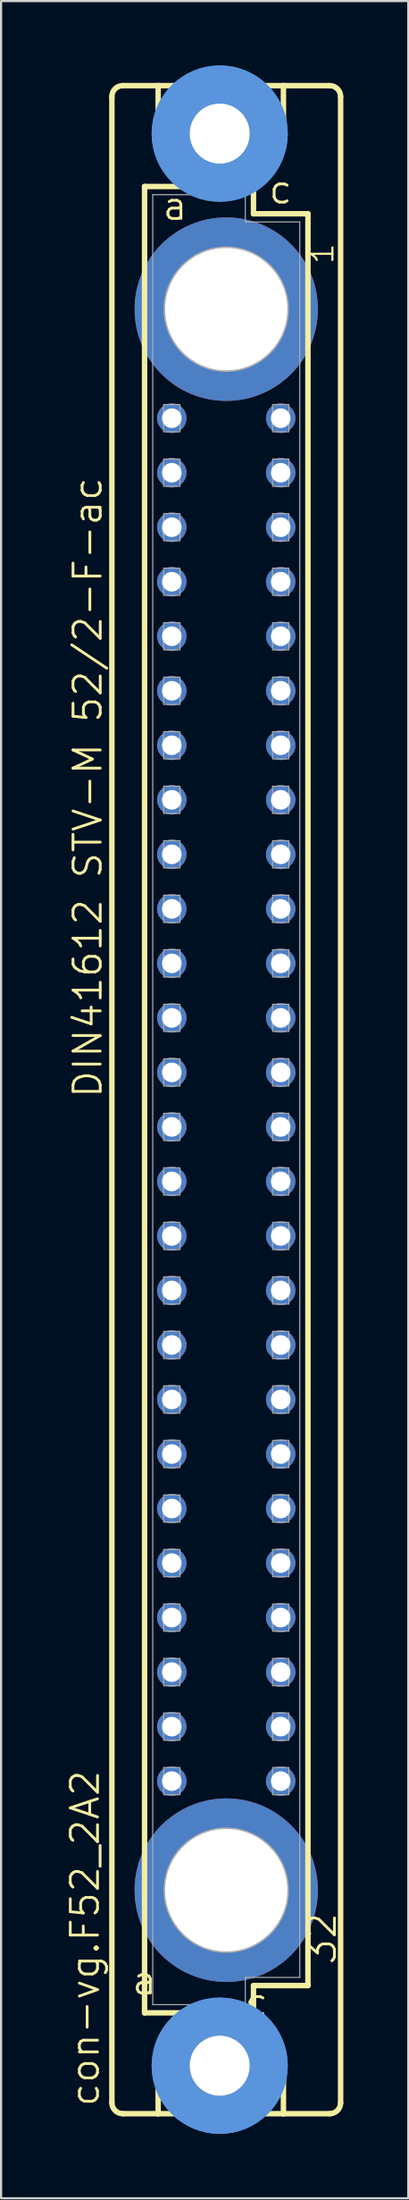
<source format=kicad_pcb>
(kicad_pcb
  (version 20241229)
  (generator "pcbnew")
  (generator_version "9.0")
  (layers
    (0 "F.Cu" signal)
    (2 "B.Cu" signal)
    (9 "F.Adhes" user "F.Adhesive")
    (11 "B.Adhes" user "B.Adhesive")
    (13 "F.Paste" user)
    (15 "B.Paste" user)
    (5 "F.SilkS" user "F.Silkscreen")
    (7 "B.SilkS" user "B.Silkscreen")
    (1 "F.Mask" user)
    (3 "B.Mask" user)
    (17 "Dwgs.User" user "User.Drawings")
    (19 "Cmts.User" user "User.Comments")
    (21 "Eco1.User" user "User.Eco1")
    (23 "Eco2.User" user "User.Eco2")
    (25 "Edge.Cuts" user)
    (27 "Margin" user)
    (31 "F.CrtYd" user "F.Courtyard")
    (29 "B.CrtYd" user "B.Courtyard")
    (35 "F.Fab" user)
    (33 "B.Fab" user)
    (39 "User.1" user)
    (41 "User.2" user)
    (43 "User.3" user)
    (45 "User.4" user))
  (footprint "con-vg.F52_2A2"
    (layer "F.Cu")
    (at 7.502 48.184)
    (property "Reference" "con-vg.F52_2A2" (at -5.842 46.99 90) (layer "F.SilkS") (effects (font (size 1.27 1.27) (thickness 0.13)) (justify left bottom)))
    (attr through_hole)
    (fp_line (start -5.334 46.736) (end -5.334 -46.736) (stroke (width 0.254) (type default)) (layer "F.SilkS"))
    (fp_line (start -4.826 -47.244) (end -3.175 -47.244) (stroke (width 0.254) (type default)) (layer "F.SilkS"))
    (fp_line (start -4.826 47.244) (end -3.175 47.244) (stroke (width 0.254) (type default)) (layer "F.SilkS"))
    (fp_line (start -3.81 -42.545) (end -3.81 42.545) (stroke (width 0.254) (type default)) (layer "F.SilkS"))
    (fp_line (start -3.81 42.545) (end -1.651 42.545) (stroke (width 0.254) (type default)) (layer "F.SilkS"))
    (fp_line (start -3.175 -47.244) (end -3.175 -44.45) (stroke (width 0.254) (type default)) (layer "F.SilkS"))
    (fp_line (start -3.175 47.244) (end -3.175 44.45) (stroke (width 0.254) (type default)) (layer "F.SilkS"))
    (fp_line (start -3.175 47.244) (end 2.667 47.244) (stroke (width 0.254) (type default)) (layer "F.SilkS"))
    (fp_line (start -1.651 -42.545) (end -3.81 -42.545) (stroke (width 0.254) (type default)) (layer "F.SilkS"))
    (fp_line (start -1.651 -42.545) (end -3.175 -44.45) (stroke (width 0.254) (type default)) (layer "F.SilkS"))
    (fp_line (start -1.651 42.545) (end -3.175 44.45) (stroke (width 0.254) (type default)) (layer "F.SilkS"))
    (fp_line (start -1.651 42.545) (end 1.143 42.545) (stroke (width 0.254) (type default)) (layer "F.SilkS"))
    (fp_line (start 1.143 -42.545) (end -1.651 -42.545) (stroke (width 0.254) (type default)) (layer "F.SilkS"))
    (fp_line (start 1.143 -42.545) (end 2.667 -44.45) (stroke (width 0.254) (type default)) (layer "F.SilkS"))
    (fp_line (start 1.143 42.545) (end 1.27 42.545) (stroke (width 0.254) (type default)) (layer "F.SilkS"))
    (fp_line (start 1.143 42.545) (end 2.667 44.45) (stroke (width 0.254) (type default)) (layer "F.SilkS"))
    (fp_line (start 1.27 -42.545) (end 1.143 -42.545) (stroke (width 0.254) (type default)) (layer "F.SilkS"))
    (fp_line (start 1.27 -41.275) (end 1.27 -42.545) (stroke (width 0.254) (type default)) (layer "F.SilkS"))
    (fp_line (start 1.27 41.275) (end 3.81 41.275) (stroke (width 0.254) (type default)) (layer "F.SilkS"))
    (fp_line (start 1.27 42.545) (end 1.27 41.275) (stroke (width 0.254) (type default)) (layer "F.SilkS"))
    (fp_line (start 2.667 -47.244) (end -3.175 -47.244) (stroke (width 0.254) (type default)) (layer "F.SilkS"))
    (fp_line (start 2.667 -47.244) (end 2.667 -44.45) (stroke (width 0.254) (type default)) (layer "F.SilkS"))
    (fp_line (start 2.667 47.244) (end 2.667 44.45) (stroke (width 0.254) (type default)) (layer "F.SilkS"))
    (fp_line (start 2.667 47.244) (end 4.826 47.244) (stroke (width 0.254) (type default)) (layer "F.SilkS"))
    (fp_line (start 3.81 -41.275) (end 1.27 -41.275) (stroke (width 0.254) (type default)) (layer "F.SilkS"))
    (fp_line (start 3.81 41.275) (end 3.81 -41.275) (stroke (width 0.254) (type default)) (layer "F.SilkS"))
    (fp_line (start 4.826 -47.244) (end 2.667 -47.244) (stroke (width 0.254) (type default)) (layer "F.SilkS"))
    (fp_line (start 5.334 46.736) (end 5.334 -46.736) (stroke (width 0.254) (type default)) (layer "F.SilkS"))
    (fp_arc (start -5.334 -46.736) (mid -5.18521 -47.09521) (end -4.826 -47.244) (stroke (width 0.254) (type default)) (layer "F.SilkS"))
    (fp_arc (start -4.826 47.244) (mid -5.18521 47.09521) (end -5.334 46.736) (stroke (width 0.254) (type default)) (layer "F.SilkS"))
    (fp_arc (start 4.826 -47.244) (mid 5.18521 -47.09521) (end 5.334 -46.736) (stroke (width 0.254) (type default)) (layer "F.SilkS"))
    (fp_arc (start 5.334 46.736) (mid 5.18521 47.09521) (end 4.826 47.244) (stroke (width 0.254) (type default)) (layer "F.SilkS"))
    (fp_circle (center -0.305 -45.009) (end 0.965 -45.009) (stroke (width 0.254) (type default)) (fill no) (layer "F.SilkS"))
    (fp_circle (center -0.305 45.009) (end 0.965 45.009) (stroke (width 0.254) (type default)) (fill no) (layer "F.SilkS"))
    (fp_circle (center -0.305 -45.009) (end 1.981 -45.009) (stroke (width 1.778) (type default)) (fill no) (layer "Cmts.User"))
    (fp_circle (center -0.305 -45.009) (end 1.981 -45.009) (stroke (width 1.778) (type default)) (fill no) (layer "Cmts.User"))
    (fp_circle (center -0.305 45.009) (end 1.981 45.009) (stroke (width 1.778) (type default)) (fill no) (layer "Cmts.User"))
    (fp_circle (center -0.305 45.009) (end 1.981 45.009) (stroke (width 1.778) (type default)) (fill no) (layer "Cmts.User"))
    (fp_line (start -3.429 -42.164) (end -3.429 42.164) (stroke (width 0.051) (type default)) (layer "F.Fab"))
    (fp_line (start -3.429 -42.164) (end 0.889 -42.164) (stroke (width 0.051) (type default)) (layer "F.Fab"))
    (fp_line (start -3.429 42.164) (end 0.889 42.164) (stroke (width 0.051) (type default)) (layer "F.Fab"))
    (fp_line (start 0.889 -42.164) (end 0.889 -40.894) (stroke (width 0.051) (type default)) (layer "F.Fab"))
    (fp_line (start 0.889 -40.894) (end 3.429 -40.894) (stroke (width 0.051) (type default)) (layer "F.Fab"))
    (fp_line (start 0.889 40.894) (end 3.429 40.894) (stroke (width 0.051) (type default)) (layer "F.Fab"))
    (fp_line (start 0.889 42.164) (end 0.889 40.894) (stroke (width 0.051) (type default)) (layer "F.Fab"))
    (fp_line (start 3.429 -40.894) (end 3.429 40.894) (stroke (width 0.051) (type default)) (layer "F.Fab"))
    (fp_rect (start -2.921 -31.115) (end -2.159 -32.385) (stroke (width 0.05) (type default)) (fill no) (layer "F.Fab"))
    (fp_rect (start -2.921 -28.575) (end -2.159 -29.845) (stroke (width 0.05) (type default)) (fill no) (layer "F.Fab"))
    (fp_rect (start -2.921 -26.035) (end -2.159 -27.305) (stroke (width 0.05) (type default)) (fill no) (layer "F.Fab"))
    (fp_rect (start -2.921 -23.495) (end -2.159 -24.765) (stroke (width 0.05) (type default)) (fill no) (layer "F.Fab"))
    (fp_rect (start -2.921 -20.955) (end -2.159 -22.225) (stroke (width 0.05) (type default)) (fill no) (layer "F.Fab"))
    (fp_rect (start -2.921 -18.415) (end -2.159 -19.685) (stroke (width 0.05) (type default)) (fill no) (layer "F.Fab"))
    (fp_rect (start -2.921 -15.875) (end -2.159 -17.145) (stroke (width 0.05) (type default)) (fill no) (layer "F.Fab"))
    (fp_rect (start -2.921 -13.335) (end -2.159 -14.605) (stroke (width 0.05) (type default)) (fill no) (layer "F.Fab"))
    (fp_rect (start -2.921 -10.795) (end -2.159 -12.065) (stroke (width 0.05) (type default)) (fill no) (layer "F.Fab"))
    (fp_rect (start -2.921 -8.255) (end -2.159 -9.525) (stroke (width 0.05) (type default)) (fill no) (layer "F.Fab"))
    (fp_rect (start -2.921 -5.715) (end -2.159 -6.985) (stroke (width 0.05) (type default)) (fill no) (layer "F.Fab"))
    (fp_rect (start -2.921 -3.175) (end -2.159 -4.445) (stroke (width 0.05) (type default)) (fill no) (layer "F.Fab"))
    (fp_rect (start -2.921 -0.635) (end -2.159 -1.905) (stroke (width 0.05) (type default)) (fill no) (layer "F.Fab"))
    (fp_rect (start -2.921 1.905) (end -2.159 0.635) (stroke (width 0.05) (type default)) (fill no) (layer "F.Fab"))
    (fp_rect (start -2.921 4.445) (end -2.159 3.175) (stroke (width 0.05) (type default)) (fill no) (layer "F.Fab"))
    (fp_rect (start -2.921 6.985) (end -2.159 5.715) (stroke (width 0.05) (type default)) (fill no) (layer "F.Fab"))
    (fp_rect (start -2.921 9.525) (end -2.159 8.255) (stroke (width 0.05) (type default)) (fill no) (layer "F.Fab"))
    (fp_rect (start -2.921 12.065) (end -2.159 10.795) (stroke (width 0.05) (type default)) (fill no) (layer "F.Fab"))
    (fp_rect (start -2.921 14.605) (end -2.159 13.335) (stroke (width 0.05) (type default)) (fill no) (layer "F.Fab"))
    (fp_rect (start -2.921 17.145) (end -2.159 15.875) (stroke (width 0.05) (type default)) (fill no) (layer "F.Fab"))
    (fp_rect (start -2.921 19.685) (end -2.159 18.415) (stroke (width 0.05) (type default)) (fill no) (layer "F.Fab"))
    (fp_rect (start -2.921 22.225) (end -2.159 20.955) (stroke (width 0.05) (type default)) (fill no) (layer "F.Fab"))
    (fp_rect (start -2.921 24.765) (end -2.159 23.495) (stroke (width 0.05) (type default)) (fill no) (layer "F.Fab"))
    (fp_rect (start -2.921 27.305) (end -2.159 26.035) (stroke (width 0.05) (type default)) (fill no) (layer "F.Fab"))
    (fp_rect (start -2.921 29.845) (end -2.159 28.575) (stroke (width 0.05) (type default)) (fill no) (layer "F.Fab"))
    (fp_rect (start -2.921 32.385) (end -2.159 31.115) (stroke (width 0.05) (type default)) (fill no) (layer "F.Fab"))
    (fp_rect (start 2.159 -31.115) (end 2.921 -32.385) (stroke (width 0.05) (type default)) (fill no) (layer "F.Fab"))
    (fp_rect (start 2.159 -28.575) (end 2.921 -29.845) (stroke (width 0.05) (type default)) (fill no) (layer "F.Fab"))
    (fp_rect (start 2.159 -26.035) (end 2.921 -27.305) (stroke (width 0.05) (type default)) (fill no) (layer "F.Fab"))
    (fp_rect (start 2.159 -23.495) (end 2.921 -24.765) (stroke (width 0.05) (type default)) (fill no) (layer "F.Fab"))
    (fp_rect (start 2.159 -20.955) (end 2.921 -22.225) (stroke (width 0.05) (type default)) (fill no) (layer "F.Fab"))
    (fp_rect (start 2.159 -18.415) (end 2.921 -19.685) (stroke (width 0.05) (type default)) (fill no) (layer "F.Fab"))
    (fp_rect (start 2.159 -15.875) (end 2.921 -17.145) (stroke (width 0.05) (type default)) (fill no) (layer "F.Fab"))
    (fp_rect (start 2.159 -13.335) (end 2.921 -14.605) (stroke (width 0.05) (type default)) (fill no) (layer "F.Fab"))
    (fp_rect (start 2.159 -10.795) (end 2.921 -12.065) (stroke (width 0.05) (type default)) (fill no) (layer "F.Fab"))
    (fp_rect (start 2.159 -8.255) (end 2.921 -9.525) (stroke (width 0.05) (type default)) (fill no) (layer "F.Fab"))
    (fp_rect (start 2.159 -5.715) (end 2.921 -6.985) (stroke (width 0.05) (type default)) (fill no) (layer "F.Fab"))
    (fp_rect (start 2.159 -3.175) (end 2.921 -4.445) (stroke (width 0.05) (type default)) (fill no) (layer "F.Fab"))
    (fp_rect (start 2.159 -0.635) (end 2.921 -1.905) (stroke (width 0.05) (type default)) (fill no) (layer "F.Fab"))
    (fp_rect (start 2.159 1.905) (end 2.921 0.635) (stroke (width 0.05) (type default)) (fill no) (layer "F.Fab"))
    (fp_rect (start 2.159 4.445) (end 2.921 3.175) (stroke (width 0.05) (type default)) (fill no) (layer "F.Fab"))
    (fp_rect (start 2.159 6.985) (end 2.921 5.715) (stroke (width 0.05) (type default)) (fill no) (layer "F.Fab"))
    (fp_rect (start 2.159 9.525) (end 2.921 8.255) (stroke (width 0.05) (type default)) (fill no) (layer "F.Fab"))
    (fp_rect (start 2.159 12.065) (end 2.921 10.795) (stroke (width 0.05) (type default)) (fill no) (layer "F.Fab"))
    (fp_rect (start 2.159 14.605) (end 2.921 13.335) (stroke (width 0.05) (type default)) (fill no) (layer "F.Fab"))
    (fp_rect (start 2.159 17.145) (end 2.921 15.875) (stroke (width 0.05) (type default)) (fill no) (layer "F.Fab"))
    (fp_rect (start 2.159 19.685) (end 2.921 18.415) (stroke (width 0.05) (type default)) (fill no) (layer "F.Fab"))
    (fp_rect (start 2.159 22.225) (end 2.921 20.955) (stroke (width 0.05) (type default)) (fill no) (layer "F.Fab"))
    (fp_rect (start 2.159 24.765) (end 2.921 23.495) (stroke (width 0.05) (type default)) (fill no) (layer "F.Fab"))
    (fp_rect (start 2.159 27.305) (end 2.921 26.035) (stroke (width 0.05) (type default)) (fill no) (layer "F.Fab"))
    (fp_rect (start 2.159 29.845) (end 2.921 28.575) (stroke (width 0.05) (type default)) (fill no) (layer "F.Fab"))
    (fp_rect (start 2.159 32.385) (end 2.921 31.115) (stroke (width 0.05) (type default)) (fill no) (layer "F.Fab"))
    (fp_circle (center 0 -36.83) (end 2.794 -36.83) (stroke (width 0.254) (type default)) (fill no) (layer "F.Fab"))
    (fp_circle (center 0 36.83) (end 2.794 36.83) (stroke (width 0.254) (type default)) (fill no) (layer "F.Fab"))
    (fp_text user "32" (at 5.207 40.386 90) (layer "F.SilkS") (effects (font (size 1.27 1.27) (thickness 0.13)) (justify left bottom)))
    (fp_text user "c" (at 1.905 -41.656 0) (layer "F.SilkS") (effects (font (size 1.27 1.27) (thickness 0.13)) (justify left bottom)))
    (fp_text user "a " (at -4.475 41.783 0) (layer "F.SilkS") (effects (font (size 1.27 1.27) (thickness 0.13)) (justify left bottom)))
    (fp_text user "DIN41612 STV-M 52/2-F-ac" (at -5.715 0 90) (layer "F.SilkS") (effects (font (size 1.27 1.27) (thickness 0.13)) (justify left bottom)))
    (fp_text user "1" (at 5.08 -38.862 90) (layer "F.SilkS") (effects (font (size 1.016 1.016) (thickness 0.1)) (justify left bottom)))
    (fp_text user "c " (at 0.778 42.799 0) (layer "F.SilkS") (effects (font (size 1.27 1.27) (thickness 0.13)) (justify left bottom)))
    (fp_text user "a" (at -3.048 -40.894 0) (layer "F.SilkS") (effects (font (size 1.27 1.27) (thickness 0.13)) (justify left bottom)))
    (pad "" np_thru_hole circle (at -0.305 -45.009) (size 2.794 2.794) (drill 2.794) (layers "*.Cu" "*.Mask"))
    (pad "" np_thru_hole circle (at -0.305 45.009) (size 2.794 2.794) (drill 2.794) (layers "*.Cu" "*.Mask"))
    (pad "1" thru_hole circle (at 0 -36.83) (size 8.55 8.55) (drill 5.7) (layers "*.Cu" "*.Mask"))
    (pad "2" thru_hole circle (at 0 36.83) (size 8.55 8.55) (drill 5.7) (layers "*.Cu" "*.Mask"))
    (pad "A4" thru_hole circle (at -2.54 -31.75) (size 1.372 1.372) (drill 0.914) (layers "*.Cu" "*.Mask"))
    (pad "A5" thru_hole circle (at -2.54 -29.21) (size 1.372 1.372) (drill 0.914) (layers "*.Cu" "*.Mask"))
    (pad "A6" thru_hole circle (at -2.54 -26.67) (size 1.372 1.372) (drill 0.914) (layers "*.Cu" "*.Mask"))
    (pad "A7" thru_hole circle (at -2.54 -24.13) (size 1.372 1.372) (drill 0.914) (layers "*.Cu" "*.Mask"))
    (pad "A8" thru_hole circle (at -2.54 -21.59) (size 1.372 1.372) (drill 0.914) (layers "*.Cu" "*.Mask"))
    (pad "A9" thru_hole circle (at -2.54 -19.05) (size 1.372 1.372) (drill 0.914) (layers "*.Cu" "*.Mask"))
    (pad "A10" thru_hole circle (at -2.54 -16.51) (size 1.372 1.372) (drill 0.914) (layers "*.Cu" "*.Mask"))
    (pad "A11" thru_hole circle (at -2.54 -13.97) (size 1.372 1.372) (drill 0.914) (layers "*.Cu" "*.Mask"))
    (pad "A12" thru_hole circle (at -2.54 -11.43) (size 1.372 1.372) (drill 0.914) (layers "*.Cu" "*.Mask"))
    (pad "A13" thru_hole circle (at -2.54 -8.89) (size 1.372 1.372) (drill 0.914) (layers "*.Cu" "*.Mask"))
    (pad "A14" thru_hole circle (at -2.54 -6.35) (size 1.372 1.372) (drill 0.914) (layers "*.Cu" "*.Mask"))
    (pad "A15" thru_hole circle (at -2.54 -3.81) (size 1.372 1.372) (drill 0.914) (layers "*.Cu" "*.Mask"))
    (pad "A16" thru_hole circle (at -2.54 -1.27) (size 1.372 1.372) (drill 0.914) (layers "*.Cu" "*.Mask"))
    (pad "A17" thru_hole circle (at -2.54 1.27) (size 1.372 1.372) (drill 0.914) (layers "*.Cu" "*.Mask"))
    (pad "A18" thru_hole circle (at -2.54 3.81) (size 1.372 1.372) (drill 0.914) (layers "*.Cu" "*.Mask"))
    (pad "A19" thru_hole circle (at -2.54 6.35) (size 1.372 1.372) (drill 0.914) (layers "*.Cu" "*.Mask"))
    (pad "A20" thru_hole circle (at -2.54 8.89) (size 1.372 1.372) (drill 0.914) (layers "*.Cu" "*.Mask"))
    (pad "A21" thru_hole circle (at -2.54 11.43) (size 1.372 1.372) (drill 0.914) (layers "*.Cu" "*.Mask"))
    (pad "A22" thru_hole circle (at -2.54 13.97) (size 1.372 1.372) (drill 0.914) (layers "*.Cu" "*.Mask"))
    (pad "A23" thru_hole circle (at -2.54 16.51) (size 1.372 1.372) (drill 0.914) (layers "*.Cu" "*.Mask"))
    (pad "A24" thru_hole circle (at -2.54 19.05) (size 1.372 1.372) (drill 0.914) (layers "*.Cu" "*.Mask"))
    (pad "A25" thru_hole circle (at -2.54 21.59) (size 1.372 1.372) (drill 0.914) (layers "*.Cu" "*.Mask"))
    (pad "A26" thru_hole circle (at -2.54 24.13) (size 1.372 1.372) (drill 0.914) (layers "*.Cu" "*.Mask"))
    (pad "A27" thru_hole circle (at -2.54 26.67) (size 1.372 1.372) (drill 0.914) (layers "*.Cu" "*.Mask"))
    (pad "A28" thru_hole circle (at -2.54 29.21) (size 1.372 1.372) (drill 0.914) (layers "*.Cu" "*.Mask"))
    (pad "A29" thru_hole circle (at -2.54 31.75) (size 1.372 1.372) (drill 0.914) (layers "*.Cu" "*.Mask"))
    (pad "C4" thru_hole circle (at 2.54 -31.75) (size 1.372 1.372) (drill 0.914) (layers "*.Cu" "*.Mask"))
    (pad "C5" thru_hole circle (at 2.54 -29.21) (size 1.372 1.372) (drill 0.914) (layers "*.Cu" "*.Mask"))
    (pad "C6" thru_hole circle (at 2.54 -26.67) (size 1.372 1.372) (drill 0.914) (layers "*.Cu" "*.Mask"))
    (pad "C7" thru_hole circle (at 2.54 -24.13) (size 1.372 1.372) (drill 0.914) (layers "*.Cu" "*.Mask"))
    (pad "C8" thru_hole circle (at 2.54 -21.59) (size 1.372 1.372) (drill 0.914) (layers "*.Cu" "*.Mask"))
    (pad "C9" thru_hole circle (at 2.54 -19.05) (size 1.372 1.372) (drill 0.914) (layers "*.Cu" "*.Mask"))
    (pad "C10" thru_hole circle (at 2.54 -16.51) (size 1.372 1.372) (drill 0.914) (layers "*.Cu" "*.Mask"))
    (pad "C11" thru_hole circle (at 2.54 -13.97) (size 1.372 1.372) (drill 0.914) (layers "*.Cu" "*.Mask"))
    (pad "C12" thru_hole circle (at 2.54 -11.43) (size 1.372 1.372) (drill 0.914) (layers "*.Cu" "*.Mask"))
    (pad "C13" thru_hole circle (at 2.54 -8.89) (size 1.372 1.372) (drill 0.914) (layers "*.Cu" "*.Mask"))
    (pad "C14" thru_hole circle (at 2.54 -6.35) (size 1.372 1.372) (drill 0.914) (layers "*.Cu" "*.Mask"))
    (pad "C15" thru_hole circle (at 2.54 -3.81) (size 1.372 1.372) (drill 0.914) (layers "*.Cu" "*.Mask"))
    (pad "C16" thru_hole circle (at 2.54 -1.27) (size 1.372 1.372) (drill 0.914) (layers "*.Cu" "*.Mask"))
    (pad "C17" thru_hole circle (at 2.54 1.27) (size 1.372 1.372) (drill 0.914) (layers "*.Cu" "*.Mask"))
    (pad "C18" thru_hole circle (at 2.54 3.81) (size 1.372 1.372) (drill 0.914) (layers "*.Cu" "*.Mask"))
    (pad "C19" thru_hole circle (at 2.54 6.35) (size 1.372 1.372) (drill 0.914) (layers "*.Cu" "*.Mask"))
    (pad "C20" thru_hole circle (at 2.54 8.89) (size 1.372 1.372) (drill 0.914) (layers "*.Cu" "*.Mask"))
    (pad "C21" thru_hole circle (at 2.54 11.43) (size 1.372 1.372) (drill 0.914) (layers "*.Cu" "*.Mask"))
    (pad "C22" thru_hole circle (at 2.54 13.97) (size 1.372 1.372) (drill 0.914) (layers "*.Cu" "*.Mask"))
    (pad "C23" thru_hole circle (at 2.54 16.51) (size 1.372 1.372) (drill 0.914) (layers "*.Cu" "*.Mask"))
    (pad "C24" thru_hole circle (at 2.54 19.05) (size 1.372 1.372) (drill 0.914) (layers "*.Cu" "*.Mask"))
    (pad "C25" thru_hole circle (at 2.54 21.59) (size 1.372 1.372) (drill 0.914) (layers "*.Cu" "*.Mask"))
    (pad "C26" thru_hole circle (at 2.54 24.13) (size 1.372 1.372) (drill 0.914) (layers "*.Cu" "*.Mask"))
    (pad "C27" thru_hole circle (at 2.54 26.67) (size 1.372 1.372) (drill 0.914) (layers "*.Cu" "*.Mask"))
    (pad "C28" thru_hole circle (at 2.54 29.21) (size 1.372 1.372) (drill 0.914) (layers "*.Cu" "*.Mask"))
    (pad "C29" thru_hole circle (at 2.54 31.75) (size 1.372 1.372) (drill 0.914) (layers "*.Cu" "*.Mask")))
  (gr_rect
    (start -3 -3)
    (end 15.991 99.368)
    (stroke (width 0.1) (type default))
    (fill no)
    (layer "Edge.Cuts")))
</source>
